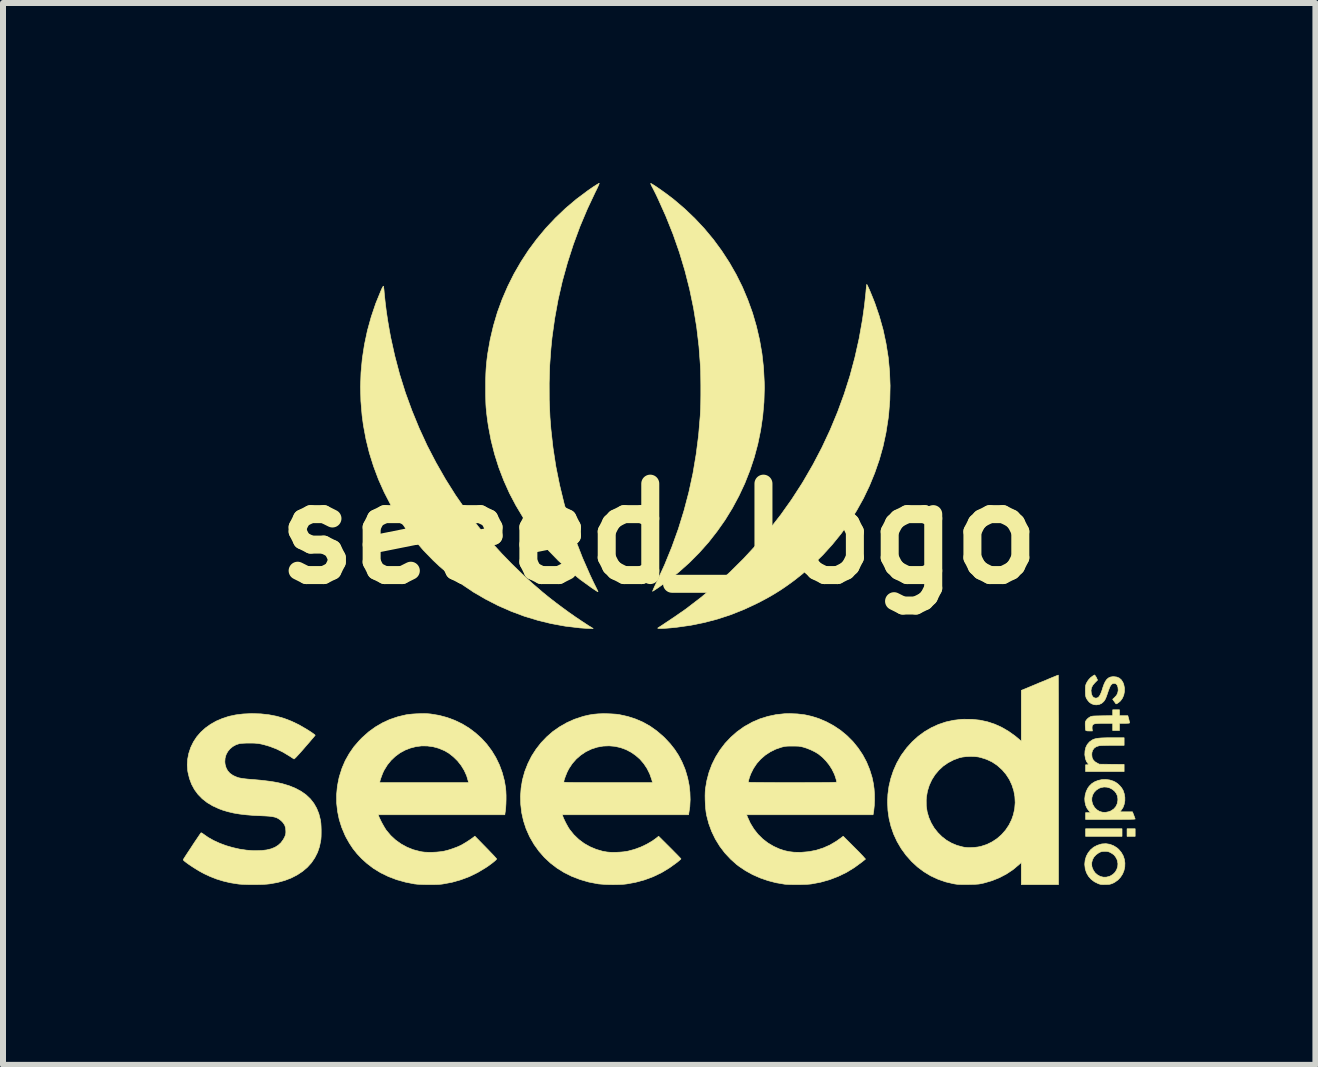
<source format=kicad_pcb>
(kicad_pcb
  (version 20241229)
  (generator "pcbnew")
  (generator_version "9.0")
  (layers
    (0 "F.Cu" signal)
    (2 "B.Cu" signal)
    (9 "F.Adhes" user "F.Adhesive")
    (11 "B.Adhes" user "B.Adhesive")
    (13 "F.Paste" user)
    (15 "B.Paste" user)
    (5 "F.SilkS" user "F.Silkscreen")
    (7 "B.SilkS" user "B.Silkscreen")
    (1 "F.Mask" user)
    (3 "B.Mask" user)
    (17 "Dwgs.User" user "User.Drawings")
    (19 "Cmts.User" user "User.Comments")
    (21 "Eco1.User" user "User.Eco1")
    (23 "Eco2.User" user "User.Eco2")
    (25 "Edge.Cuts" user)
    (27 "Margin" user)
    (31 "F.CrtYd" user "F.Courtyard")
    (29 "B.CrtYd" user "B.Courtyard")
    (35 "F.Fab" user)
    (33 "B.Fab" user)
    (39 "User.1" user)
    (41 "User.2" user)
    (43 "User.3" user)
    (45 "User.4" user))
  (footprint "seeed_logo"
    (layer "F.Cu")
    (at 7.935 5.847)
    (property "Reference" "seeed_logo" (at 0 0 0) (layer "F.SilkS") (effects (font (size 1.524 1.524) (thickness 0.3))))
    (attr through_hole)
    (fp_poly (pts (xy 7.719 5.045) (xy 7.112 5.045) (xy 7.112 4.918) (xy 7.719 4.918) (xy 7.719 5.045)) (stroke (width 0.01) (type solid)) (fill yes) (layer "F.SilkS"))
    (fp_poly (pts (xy 7.938 5.045) (xy 7.803 5.045) (xy 7.803 4.918) (xy 7.938 4.918) (xy 7.938 5.045)) (stroke (width 0.01) (type solid)) (fill yes) (layer "F.SilkS"))
    (fp_poly (pts (xy 7.754 3.528) (xy 7.565 3.528) (xy 7.512 3.528) (xy 7.462 3.529) (xy 7.417 3.53) (xy 7.38 3.531) (xy 7.352 3.533) (xy 7.337 3.535) (xy 7.291 3.549) (xy 7.256 3.573) (xy 7.231 3.607) (xy 7.217 3.648) (xy 7.215 3.684) (xy 7.22 3.731) (xy 7.237 3.768) (xy 7.265 3.799) (xy 7.299 3.82) (xy 7.34 3.842) (xy 7.547 3.844) (xy 7.754 3.846) (xy 7.754 3.965) (xy 7.112 3.965) (xy 7.112 3.852) (xy 7.171 3.852) (xy 7.153 3.833) (xy 7.126 3.796) (xy 7.109 3.748) (xy 7.1 3.692) (xy 7.099 3.686) (xy 7.102 3.621) (xy 7.115 3.564) (xy 7.14 3.513) (xy 7.176 3.471) (xy 7.221 3.439) (xy 7.241 3.429) (xy 7.264 3.421) (xy 7.292 3.414) (xy 7.327 3.409) (xy 7.37 3.405) (xy 7.422 3.403) (xy 7.486 3.401) (xy 7.562 3.401) (xy 7.568 3.401) (xy 7.754 3.401) (xy 7.754 3.528)) (stroke (width 0.01) (type solid)) (fill yes) (layer "F.SilkS"))
    (fp_poly (pts (xy 7.676 3.034) (xy 7.816 3.034) (xy 7.831 3.089) (xy 7.838 3.116) (xy 7.843 3.138) (xy 7.846 3.151) (xy 7.846 3.153) (xy 7.841 3.156) (xy 7.825 3.159) (xy 7.798 3.16) (xy 7.761 3.161) (xy 7.676 3.161) (xy 7.676 3.281) (xy 7.564 3.281) (xy 7.564 3.161) (xy 7.422 3.161) (xy 7.366 3.161) (xy 7.321 3.163) (xy 7.288 3.165) (xy 7.263 3.169) (xy 7.246 3.175) (xy 7.235 3.184) (xy 7.227 3.195) (xy 7.224 3.201) (xy 7.22 3.221) (xy 7.22 3.246) (xy 7.221 3.254) (xy 7.225 3.288) (xy 7.173 3.288) (xy 7.141 3.287) (xy 7.121 3.283) (xy 7.115 3.279) (xy 7.111 3.268) (xy 7.109 3.246) (xy 7.107 3.218) (xy 7.106 3.189) (xy 7.106 3.162) (xy 7.107 3.142) (xy 7.108 3.137) (xy 7.119 3.114) (xy 7.139 3.089) (xy 7.165 3.067) (xy 7.19 3.052) (xy 7.201 3.047) (xy 7.213 3.044) (xy 7.228 3.041) (xy 7.247 3.039) (xy 7.274 3.038) (xy 7.31 3.037) (xy 7.356 3.036) (xy 7.392 3.035) (xy 7.564 3.033) (xy 7.564 2.935) (xy 7.676 2.935) (xy 7.676 3.034)) (stroke (width 0.01) (type solid)) (fill yes) (layer "F.SilkS"))
    (fp_poly (pts (xy 7.513 4.105) (xy 7.574 4.124) (xy 7.61 4.142) (xy 7.646 4.167) (xy 7.682 4.201) (xy 7.713 4.238) (xy 7.735 4.275) (xy 7.737 4.278) (xy 7.756 4.335) (xy 7.766 4.394) (xy 7.766 4.454) (xy 7.755 4.511) (xy 7.736 4.563) (xy 7.708 4.606) (xy 7.682 4.636) (xy 7.893 4.636) (xy 7.915 4.692) (xy 7.925 4.719) (xy 7.933 4.74) (xy 7.937 4.754) (xy 7.938 4.756) (xy 7.931 4.757) (xy 7.91 4.759) (xy 7.877 4.76) (xy 7.833 4.761) (xy 7.777 4.761) (xy 7.71 4.762) (xy 7.634 4.762) (xy 7.55 4.762) (xy 7.525 4.763) (xy 7.112 4.763) (xy 7.112 4.65) (xy 7.197 4.65) (xy 7.171 4.624) (xy 7.138 4.581) (xy 7.115 4.531) (xy 7.102 4.475) (xy 7.1 4.452) (xy 7.215 4.452) (xy 7.227 4.502) (xy 7.233 4.516) (xy 7.262 4.565) (xy 7.3 4.602) (xy 7.344 4.629) (xy 7.393 4.643) (xy 7.445 4.645) (xy 7.499 4.634) (xy 7.535 4.62) (xy 7.581 4.589) (xy 7.615 4.551) (xy 7.638 4.504) (xy 7.649 4.451) (xy 7.65 4.422) (xy 7.643 4.373) (xy 7.624 4.329) (xy 7.595 4.291) (xy 7.558 4.261) (xy 7.515 4.238) (xy 7.468 4.225) (xy 7.419 4.222) (xy 7.37 4.231) (xy 7.336 4.244) (xy 7.29 4.274) (xy 7.254 4.311) (xy 7.229 4.355) (xy 7.216 4.402) (xy 7.215 4.452) (xy 7.1 4.452) (xy 7.098 4.416) (xy 7.105 4.356) (xy 7.122 4.297) (xy 7.148 4.243) (xy 7.173 4.208) (xy 7.215 4.166) (xy 7.266 4.134) (xy 7.323 4.112) (xy 7.385 4.099) (xy 7.449 4.097) (xy 7.513 4.105)) (stroke (width 0.01) (type solid)) (fill yes) (layer "F.SilkS"))
    (fp_poly (pts (xy 7.515 5.177) (xy 7.576 5.2) (xy 7.633 5.235) (xy 7.663 5.261) (xy 7.706 5.312) (xy 7.738 5.368) (xy 7.758 5.427) (xy 7.767 5.489) (xy 7.765 5.552) (xy 7.752 5.613) (xy 7.729 5.671) (xy 7.695 5.724) (xy 7.652 5.771) (xy 7.599 5.809) (xy 7.573 5.823) (xy 7.55 5.833) (xy 7.532 5.839) (xy 7.512 5.844) (xy 7.488 5.846) (xy 7.454 5.847) (xy 7.444 5.847) (xy 7.405 5.848) (xy 7.378 5.847) (xy 7.356 5.844) (xy 7.336 5.838) (xy 7.324 5.834) (xy 7.259 5.802) (xy 7.204 5.76) (xy 7.16 5.71) (xy 7.127 5.652) (xy 7.106 5.588) (xy 7.098 5.518) (xy 7.098 5.507) (xy 7.1 5.483) (xy 7.214 5.483) (xy 7.214 5.533) (xy 7.22 5.561) (xy 7.242 5.613) (xy 7.273 5.656) (xy 7.312 5.689) (xy 7.357 5.713) (xy 7.406 5.725) (xy 7.457 5.725) (xy 7.509 5.712) (xy 7.523 5.706) (xy 7.569 5.678) (xy 7.605 5.642) (xy 7.631 5.598) (xy 7.647 5.551) (xy 7.651 5.501) (xy 7.642 5.451) (xy 7.633 5.425) (xy 7.611 5.386) (xy 7.587 5.356) (xy 7.555 5.332) (xy 7.534 5.32) (xy 7.509 5.307) (xy 7.489 5.3) (xy 7.467 5.296) (xy 7.437 5.295) (xy 7.433 5.295) (xy 7.403 5.296) (xy 7.381 5.299) (xy 7.361 5.305) (xy 7.338 5.316) (xy 7.332 5.319) (xy 7.287 5.351) (xy 7.251 5.39) (xy 7.227 5.434) (xy 7.214 5.483) (xy 7.1 5.483) (xy 7.105 5.439) (xy 7.124 5.376) (xy 7.155 5.319) (xy 7.196 5.268) (xy 7.246 5.226) (xy 7.305 5.195) (xy 7.37 5.174) (xy 7.386 5.171) (xy 7.451 5.167) (xy 7.515 5.177)) (stroke (width 0.01) (type solid)) (fill yes) (layer "F.SilkS"))
    (fp_poly (pts (xy -4.593 -4.126) (xy -4.591 -4.116) (xy -4.588 -4.095) (xy -4.584 -4.065) (xy -4.581 -4.029) (xy -4.58 -4.015) (xy -4.565 -3.869) (xy -4.546 -3.713) (xy -4.522 -3.552) (xy -4.494 -3.389) (xy -4.473 -3.274) (xy -4.404 -2.963) (xy -4.323 -2.656) (xy -4.228 -2.353) (xy -4.119 -2.054) (xy -3.998 -1.759) (xy -3.865 -1.47) (xy -3.718 -1.187) (xy -3.56 -0.91) (xy -3.39 -0.64) (xy -3.208 -0.378) (xy -3.015 -0.123) (xy -2.921 -0.007) (xy -2.775 0.163) (xy -2.619 0.334) (xy -2.455 0.503) (xy -2.286 0.667) (xy -2.116 0.824) (xy -1.946 0.97) (xy -1.933 0.981) (xy -1.832 1.063) (xy -1.724 1.147) (xy -1.612 1.231) (xy -1.498 1.314) (xy -1.385 1.393) (xy -1.276 1.466) (xy -1.174 1.533) (xy -1.139 1.554) (xy -1.097 1.58) (xy -1.161 1.579) (xy -1.192 1.578) (xy -1.233 1.576) (xy -1.278 1.573) (xy -1.322 1.57) (xy -1.326 1.569) (xy -1.562 1.541) (xy -1.794 1.499) (xy -2.022 1.443) (xy -2.246 1.375) (xy -2.465 1.293) (xy -2.68 1.199) (xy -2.888 1.092) (xy -3.091 0.974) (xy -3.286 0.843) (xy -3.475 0.7) (xy -3.655 0.546) (xy -3.763 0.445) (xy -3.928 0.275) (xy -4.081 0.096) (xy -4.224 -0.09) (xy -4.355 -0.284) (xy -4.474 -0.486) (xy -4.581 -0.693) (xy -4.676 -0.906) (xy -4.758 -1.125) (xy -4.828 -1.348) (xy -4.884 -1.576) (xy -4.927 -1.807) (xy -4.949 -1.972) (xy -4.969 -2.211) (xy -4.975 -2.449) (xy -4.967 -2.686) (xy -4.945 -2.922) (xy -4.909 -3.155) (xy -4.86 -3.386) (xy -4.797 -3.614) (xy -4.721 -3.839) (xy -4.637 -4.045) (xy -4.622 -4.08) (xy -4.609 -4.106) (xy -4.599 -4.122) (xy -4.594 -4.127) (xy -4.593 -4.126)) (stroke (width 0.01) (type solid)) (fill yes) (layer "F.SilkS"))
    (fp_poly (pts (xy -0.131 -5.837) (xy -0.114 -5.828) (xy -0.088 -5.812) (xy -0.055 -5.791) (xy -0.017 -5.765) (xy 0.025 -5.736) (xy 0.07 -5.704) (xy 0.116 -5.671) (xy 0.161 -5.637) (xy 0.205 -5.604) (xy 0.245 -5.573) (xy 0.426 -5.419) (xy 0.597 -5.256) (xy 0.758 -5.084) (xy 0.907 -4.905) (xy 1.045 -4.717) (xy 1.172 -4.522) (xy 1.287 -4.321) (xy 1.39 -4.114) (xy 1.48 -3.9) (xy 1.559 -3.682) (xy 1.624 -3.459) (xy 1.677 -3.231) (xy 1.717 -3) (xy 1.743 -2.766) (xy 1.755 -2.529) (xy 1.757 -2.431) (xy 1.75 -2.193) (xy 1.729 -1.957) (xy 1.695 -1.725) (xy 1.648 -1.497) (xy 1.588 -1.272) (xy 1.515 -1.053) (xy 1.43 -0.838) (xy 1.332 -0.629) (xy 1.223 -0.426) (xy 1.102 -0.229) (xy 0.969 -0.04) (xy 0.826 0.143) (xy 0.671 0.317) (xy 0.506 0.483) (xy 0.33 0.64) (xy 0.144 0.787) (xy -0.009 0.897) (xy -0.041 0.918) (xy -0.068 0.936) (xy -0.09 0.95) (xy -0.103 0.958) (xy -0.107 0.96) (xy -0.105 0.954) (xy -0.098 0.937) (xy -0.087 0.911) (xy -0.072 0.877) (xy -0.053 0.838) (xy -0.043 0.817) (xy 0.093 0.52) (xy 0.215 0.221) (xy 0.324 -0.082) (xy 0.418 -0.387) (xy 0.499 -0.695) (xy 0.567 -1.008) (xy 0.62 -1.324) (xy 0.661 -1.644) (xy 0.688 -1.968) (xy 0.691 -2.028) (xy 0.694 -2.084) (xy 0.696 -2.151) (xy 0.697 -2.227) (xy 0.698 -2.309) (xy 0.698 -2.393) (xy 0.698 -2.479) (xy 0.697 -2.562) (xy 0.696 -2.64) (xy 0.695 -2.711) (xy 0.692 -2.771) (xy 0.691 -2.794) (xy 0.667 -3.12) (xy 0.629 -3.442) (xy 0.577 -3.76) (xy 0.512 -4.073) (xy 0.433 -4.384) (xy 0.341 -4.69) (xy 0.235 -4.993) (xy 0.115 -5.293) (xy -0.011 -5.574) (xy -0.032 -5.619) (xy -0.054 -5.665) (xy -0.075 -5.707) (xy -0.094 -5.744) (xy -0.107 -5.77) (xy -0.122 -5.797) (xy -0.132 -5.82) (xy -0.138 -5.835) (xy -0.139 -5.839) (xy -0.131 -5.837)) (stroke (width 0.01) (type solid)) (fill yes) (layer "F.SilkS"))
    (fp_poly (pts (xy 7.275 2.371) (xy 7.287 2.389) (xy 7.298 2.411) (xy 7.299 2.414) (xy 7.311 2.44) (xy 7.266 2.485) (xy 7.231 2.526) (xy 7.21 2.568) (xy 7.202 2.612) (xy 7.207 2.66) (xy 7.211 2.676) (xy 7.226 2.71) (xy 7.246 2.731) (xy 7.274 2.74) (xy 7.28 2.741) (xy 7.302 2.738) (xy 7.32 2.73) (xy 7.337 2.714) (xy 7.353 2.689) (xy 7.369 2.654) (xy 7.386 2.608) (xy 7.398 2.568) (xy 7.419 2.509) (xy 7.441 2.463) (xy 7.466 2.428) (xy 7.494 2.404) (xy 7.527 2.389) (xy 7.566 2.383) (xy 7.582 2.383) (xy 7.632 2.389) (xy 7.674 2.407) (xy 7.708 2.437) (xy 7.734 2.478) (xy 7.748 2.514) (xy 7.76 2.573) (xy 7.759 2.633) (xy 7.748 2.69) (xy 7.725 2.743) (xy 7.695 2.785) (xy 7.678 2.801) (xy 7.659 2.816) (xy 7.64 2.829) (xy 7.625 2.836) (xy 7.618 2.836) (xy 7.613 2.829) (xy 7.602 2.814) (xy 7.589 2.796) (xy 7.563 2.76) (xy 7.596 2.729) (xy 7.628 2.694) (xy 7.646 2.658) (xy 7.655 2.616) (xy 7.655 2.6) (xy 7.651 2.559) (xy 7.64 2.527) (xy 7.622 2.505) (xy 7.598 2.495) (xy 7.57 2.497) (xy 7.567 2.498) (xy 7.551 2.506) (xy 7.537 2.52) (xy 7.523 2.541) (xy 7.509 2.572) (xy 7.493 2.614) (xy 7.482 2.646) (xy 7.466 2.693) (xy 7.453 2.728) (xy 7.441 2.756) (xy 7.428 2.778) (xy 7.414 2.797) (xy 7.411 2.8) (xy 7.379 2.828) (xy 7.339 2.846) (xy 7.294 2.853) (xy 7.255 2.85) (xy 7.209 2.834) (xy 7.171 2.806) (xy 7.139 2.766) (xy 7.123 2.738) (xy 7.117 2.722) (xy 7.113 2.705) (xy 7.11 2.683) (xy 7.109 2.654) (xy 7.108 2.618) (xy 7.109 2.58) (xy 7.11 2.552) (xy 7.112 2.532) (xy 7.117 2.515) (xy 7.123 2.498) (xy 7.127 2.49) (xy 7.156 2.442) (xy 7.193 2.401) (xy 7.23 2.373) (xy 7.262 2.354) (xy 7.275 2.371)) (stroke (width 0.01) (type solid)) (fill yes) (layer "F.SilkS"))
    (fp_poly (pts (xy -0.997 -5.836) (xy -1.003 -5.819) (xy -1.014 -5.794) (xy -1.029 -5.761) (xy -1.048 -5.722) (xy -1.058 -5.703) (xy -1.194 -5.414) (xy -1.318 -5.12) (xy -1.428 -4.821) (xy -1.526 -4.517) (xy -1.611 -4.21) (xy -1.682 -3.899) (xy -1.739 -3.585) (xy -1.783 -3.269) (xy -1.802 -3.076) (xy -1.822 -2.797) (xy -1.83 -2.512) (xy -1.829 -2.226) (xy -1.817 -1.942) (xy -1.802 -1.75) (xy -1.767 -1.435) (xy -1.719 -1.121) (xy -1.656 -0.809) (xy -1.581 -0.5) (xy -1.492 -0.195) (xy -1.39 0.106) (xy -1.275 0.402) (xy -1.148 0.691) (xy -1.086 0.822) (xy -1.066 0.862) (xy -1.048 0.898) (xy -1.034 0.927) (xy -1.023 0.949) (xy -1.018 0.96) (xy -1.017 0.961) (xy -1.017 0.966) (xy -1.022 0.965) (xy -1.034 0.959) (xy -1.054 0.946) (xy -1.083 0.927) (xy -1.122 0.901) (xy -1.316 0.761) (xy -1.5 0.61) (xy -1.675 0.451) (xy -1.838 0.283) (xy -1.992 0.106) (xy -2.134 -0.079) (xy -2.265 -0.271) (xy -2.384 -0.47) (xy -2.492 -0.675) (xy -2.587 -0.887) (xy -2.67 -1.104) (xy -2.74 -1.326) (xy -2.798 -1.554) (xy -2.842 -1.785) (xy -2.857 -1.884) (xy -2.865 -1.947) (xy -2.872 -2.004) (xy -2.877 -2.055) (xy -2.882 -2.105) (xy -2.885 -2.155) (xy -2.887 -2.208) (xy -2.888 -2.267) (xy -2.889 -2.334) (xy -2.889 -2.412) (xy -2.889 -2.438) (xy -2.889 -2.525) (xy -2.888 -2.6) (xy -2.886 -2.667) (xy -2.883 -2.727) (xy -2.879 -2.784) (xy -2.874 -2.84) (xy -2.868 -2.898) (xy -2.86 -2.96) (xy -2.854 -3.006) (xy -2.813 -3.238) (xy -2.759 -3.467) (xy -2.693 -3.691) (xy -2.613 -3.91) (xy -2.521 -4.123) (xy -2.417 -4.331) (xy -2.301 -4.532) (xy -2.174 -4.727) (xy -2.035 -4.914) (xy -1.886 -5.093) (xy -1.726 -5.263) (xy -1.556 -5.425) (xy -1.376 -5.577) (xy -1.186 -5.719) (xy -1.095 -5.782) (xy -1.063 -5.802) (xy -1.035 -5.82) (xy -1.013 -5.833) (xy -0.999 -5.841) (xy -0.996 -5.842) (xy -0.997 -5.836)) (stroke (width 0.01) (type solid)) (fill yes) (layer "F.SilkS"))
    (fp_poly (pts (xy 3.469 -4.149) (xy 3.478 -4.132) (xy 3.49 -4.105) (xy 3.506 -4.071) (xy 3.523 -4.031) (xy 3.541 -3.987) (xy 3.56 -3.941) (xy 3.578 -3.896) (xy 3.595 -3.852) (xy 3.596 -3.851) (xy 3.672 -3.628) (xy 3.736 -3.401) (xy 3.785 -3.171) (xy 3.822 -2.938) (xy 3.844 -2.703) (xy 3.853 -2.466) (xy 3.848 -2.228) (xy 3.829 -1.989) (xy 3.82 -1.915) (xy 3.784 -1.683) (xy 3.735 -1.455) (xy 3.672 -1.231) (xy 3.596 -1.012) (xy 3.508 -0.797) (xy 3.408 -0.588) (xy 3.295 -0.385) (xy 3.171 -0.189) (xy 3.036 -0.000222) (xy 2.889 0.181) (xy 2.732 0.354) (xy 2.565 0.518) (xy 2.387 0.673) (xy 2.249 0.782) (xy 2.139 0.862) (xy 2.032 0.935) (xy 1.925 1.002) (xy 1.813 1.067) (xy 1.693 1.131) (xy 1.63 1.163) (xy 1.416 1.263) (xy 1.2 1.349) (xy 0.981 1.421) (xy 0.758 1.48) (xy 0.532 1.526) (xy 0.299 1.559) (xy 0.191 1.57) (xy 0.129 1.575) (xy 0.077 1.578) (xy 0.035 1.58) (xy 0.004 1.58) (xy -0.015 1.578) (xy -0.021 1.574) (xy -0.018 1.571) (xy 0.013 1.551) (xy 0.053 1.525) (xy 0.099 1.494) (xy 0.15 1.46) (xy 0.204 1.424) (xy 0.258 1.388) (xy 0.31 1.352) (xy 0.357 1.319) (xy 0.399 1.291) (xy 0.432 1.267) (xy 0.448 1.256) (xy 0.701 1.062) (xy 0.946 0.857) (xy 1.182 0.642) (xy 1.409 0.417) (xy 1.626 0.182) (xy 1.832 -0.061) (xy 2.028 -0.312) (xy 2.212 -0.571) (xy 2.384 -0.837) (xy 2.407 -0.875) (xy 2.569 -1.155) (xy 2.718 -1.44) (xy 2.854 -1.731) (xy 2.977 -2.027) (xy 3.087 -2.327) (xy 3.184 -2.632) (xy 3.267 -2.942) (xy 3.337 -3.255) (xy 3.393 -3.571) (xy 3.422 -3.778) (xy 3.429 -3.833) (xy 3.435 -3.89) (xy 3.441 -3.947) (xy 3.447 -3.999) (xy 3.451 -4.042) (xy 3.451 -4.048) (xy 3.455 -4.085) (xy 3.458 -4.117) (xy 3.461 -4.14) (xy 3.463 -4.154) (xy 3.464 -4.156) (xy 3.469 -4.149)) (stroke (width 0.01) (type solid)) (fill yes) (layer "F.SilkS"))
    (fp_poly (pts (xy 6.657 2.364) (xy 6.657 2.384) (xy 6.657 2.417) (xy 6.658 2.463) (xy 6.658 2.52) (xy 6.658 2.589) (xy 6.659 2.668) (xy 6.659 2.757) (xy 6.659 2.855) (xy 6.659 2.962) (xy 6.66 3.077) (xy 6.66 3.2) (xy 6.66 3.329) (xy 6.66 3.465) (xy 6.66 3.606) (xy 6.66 3.753) (xy 6.66 3.904) (xy 6.66 4.059) (xy 6.66 4.103) (xy 6.66 5.849) (xy 6.04 5.849) (xy 6.04 5.481) (xy 5.999 5.518) (xy 5.9 5.601) (xy 5.791 5.673) (xy 5.675 5.734) (xy 5.551 5.784) (xy 5.42 5.822) (xy 5.408 5.825) (xy 5.379 5.831) (xy 5.355 5.836) (xy 5.331 5.84) (xy 5.305 5.842) (xy 5.274 5.844) (xy 5.236 5.845) (xy 5.188 5.846) (xy 5.154 5.847) (xy 5.096 5.847) (xy 5.05 5.847) (xy 5.013 5.846) (xy 4.982 5.845) (xy 4.955 5.842) (xy 4.929 5.838) (xy 4.911 5.835) (xy 4.779 5.804) (xy 4.652 5.76) (xy 4.531 5.704) (xy 4.417 5.635) (xy 4.31 5.555) (xy 4.211 5.463) (xy 4.12 5.361) (xy 4.038 5.248) (xy 3.969 5.13) (xy 3.912 5.007) (xy 3.868 4.879) (xy 3.836 4.748) (xy 3.817 4.615) (xy 3.811 4.48) (xy 3.812 4.438) (xy 4.455 4.438) (xy 4.456 4.54) (xy 4.471 4.638) (xy 4.499 4.733) (xy 4.538 4.822) (xy 4.587 4.905) (xy 4.647 4.981) (xy 4.715 5.049) (xy 4.792 5.109) (xy 4.877 5.158) (xy 4.968 5.196) (xy 5.066 5.222) (xy 5.098 5.228) (xy 5.145 5.232) (xy 5.201 5.232) (xy 5.26 5.229) (xy 5.318 5.222) (xy 5.37 5.212) (xy 5.371 5.211) (xy 5.466 5.18) (xy 5.555 5.136) (xy 5.638 5.081) (xy 5.712 5.016) (xy 5.778 4.941) (xy 5.834 4.858) (xy 5.879 4.767) (xy 5.908 4.684) (xy 5.93 4.584) (xy 5.938 4.483) (xy 5.933 4.383) (xy 5.915 4.285) (xy 5.884 4.189) (xy 5.842 4.098) (xy 5.787 4.013) (xy 5.721 3.935) (xy 5.715 3.93) (xy 5.638 3.861) (xy 5.554 3.805) (xy 5.463 3.762) (xy 5.366 3.731) (xy 5.323 3.721) (xy 5.262 3.714) (xy 5.194 3.712) (xy 5.125 3.715) (xy 5.059 3.723) (xy 5.006 3.735) (xy 4.909 3.771) (xy 4.819 3.818) (xy 4.737 3.875) (xy 4.664 3.943) (xy 4.601 4.018) (xy 4.548 4.102) (xy 4.506 4.193) (xy 4.476 4.289) (xy 4.458 4.391) (xy 4.455 4.438) (xy 3.812 4.438) (xy 3.816 4.345) (xy 3.834 4.212) (xy 3.865 4.08) (xy 3.908 3.951) (xy 3.963 3.826) (xy 4.031 3.706) (xy 4.049 3.679) (xy 4.131 3.568) (xy 4.222 3.468) (xy 4.321 3.378) (xy 4.427 3.3) (xy 4.54 3.234) (xy 4.658 3.18) (xy 4.783 3.138) (xy 4.911 3.11) (xy 5.044 3.094) (xy 5.084 3.093) (xy 5.219 3.094) (xy 5.35 3.108) (xy 5.475 3.135) (xy 5.597 3.175) (xy 5.714 3.228) (xy 5.829 3.295) (xy 5.941 3.375) (xy 6.006 3.43) (xy 6.04 3.459) (xy 6.04 2.612) (xy 6.073 2.598) (xy 6.12 2.579) (xy 6.172 2.557) (xy 6.227 2.534) (xy 6.285 2.51) (xy 6.343 2.485) (xy 6.401 2.462) (xy 6.456 2.439) (xy 6.507 2.417) (xy 6.553 2.398) (xy 6.593 2.382) (xy 6.624 2.369) (xy 6.645 2.361) (xy 6.656 2.357) (xy 6.656 2.357) (xy 6.657 2.364)) (stroke (width 0.01) (type solid)) (fill yes) (layer "F.SilkS"))
    (fp_poly (pts (xy -3.853 3.001) (xy -3.806 3.005) (xy -3.666 3.028) (xy -3.531 3.064) (xy -3.402 3.112) (xy -3.28 3.171) (xy -3.165 3.241) (xy -3.058 3.322) (xy -2.959 3.411) (xy -2.869 3.51) (xy -2.789 3.617) (xy -2.719 3.732) (xy -2.66 3.854) (xy -2.613 3.982) (xy -2.577 4.117) (xy -2.557 4.235) (xy -2.552 4.293) (xy -2.549 4.36) (xy -2.549 4.432) (xy -2.551 4.503) (xy -2.555 4.569) (xy -2.561 4.626) (xy -2.562 4.627) (xy -2.57 4.685) (xy -4.679 4.685) (xy -4.674 4.701) (xy -4.666 4.724) (xy -4.651 4.755) (xy -4.633 4.793) (xy -4.612 4.833) (xy -4.59 4.872) (xy -4.569 4.907) (xy -4.551 4.936) (xy -4.546 4.943) (xy -4.473 5.03) (xy -4.391 5.106) (xy -4.3 5.171) (xy -4.202 5.225) (xy -4.098 5.267) (xy -3.988 5.296) (xy -3.953 5.303) (xy -3.903 5.309) (xy -3.843 5.311) (xy -3.778 5.311) (xy -3.713 5.308) (xy -3.65 5.302) (xy -3.595 5.294) (xy -3.583 5.292) (xy -3.515 5.275) (xy -3.441 5.251) (xy -3.368 5.224) (xy -3.311 5.199) (xy -3.28 5.183) (xy -3.242 5.16) (xy -3.199 5.134) (xy -3.157 5.106) (xy -3.118 5.08) (xy -3.088 5.057) (xy -3.069 5.042) (xy -2.887 5.228) (xy -2.846 5.27) (xy -2.808 5.31) (xy -2.774 5.345) (xy -2.746 5.375) (xy -2.725 5.399) (xy -2.711 5.414) (xy -2.706 5.421) (xy -2.706 5.421) (xy -2.711 5.43) (xy -2.727 5.446) (xy -2.75 5.466) (xy -2.78 5.49) (xy -2.815 5.516) (xy -2.852 5.543) (xy -2.888 5.567) (xy -3.021 5.647) (xy -3.16 5.715) (xy -3.304 5.769) (xy -3.452 5.811) (xy -3.603 5.839) (xy -3.626 5.842) (xy -3.66 5.845) (xy -3.704 5.847) (xy -3.756 5.848) (xy -3.812 5.848) (xy -3.87 5.848) (xy -3.928 5.847) (xy -3.981 5.845) (xy -4.027 5.843) (xy -4.063 5.839) (xy -4.075 5.838) (xy -4.227 5.808) (xy -4.373 5.767) (xy -4.51 5.715) (xy -4.639 5.652) (xy -4.759 5.579) (xy -4.87 5.494) (xy -4.957 5.415) (xy -5.034 5.333) (xy -5.101 5.249) (xy -5.16 5.16) (xy -5.215 5.063) (xy -5.233 5.027) (xy -5.288 4.897) (xy -5.33 4.764) (xy -5.358 4.628) (xy -5.373 4.49) (xy -5.374 4.351) (xy -5.361 4.211) (xy -5.349 4.149) (xy -4.657 4.149) (xy -3.174 4.149) (xy -3.179 4.126) (xy -3.206 4.034) (xy -3.246 3.946) (xy -3.297 3.863) (xy -3.358 3.786) (xy -3.429 3.717) (xy -3.506 3.657) (xy -3.577 3.616) (xy -3.67 3.577) (xy -3.765 3.551) (xy -3.861 3.538) (xy -3.957 3.537) (xy -4.051 3.549) (xy -4.144 3.573) (xy -4.232 3.607) (xy -4.316 3.653) (xy -4.394 3.71) (xy -4.465 3.777) (xy -4.527 3.853) (xy -4.58 3.939) (xy -4.589 3.956) (xy -4.606 3.993) (xy -4.623 4.038) (xy -4.639 4.082) (xy -4.651 4.122) (xy -4.652 4.129) (xy -4.657 4.149) (xy -5.349 4.149) (xy -5.334 4.073) (xy -5.326 4.043) (xy -5.284 3.91) (xy -5.23 3.784) (xy -5.163 3.665) (xy -5.085 3.552) (xy -4.993 3.446) (xy -4.945 3.397) (xy -4.838 3.302) (xy -4.726 3.221) (xy -4.607 3.152) (xy -4.483 3.095) (xy -4.351 3.051) (xy -4.216 3.019) (xy -4.167 3.012) (xy -4.108 3.006) (xy -4.044 3.002) (xy -3.977 3) (xy -3.912 2.999) (xy -3.853 3.001)) (stroke (width 0.01) (type solid)) (fill yes) (layer "F.SilkS"))
    (fp_poly (pts (xy -0.857 3.001) (xy -0.805 3.003) (xy -0.755 3.006) (xy -0.71 3.009) (xy -0.673 3.014) (xy -0.66 3.016) (xy -0.519 3.047) (xy -0.387 3.09) (xy -0.263 3.144) (xy -0.146 3.21) (xy -0.035 3.289) (xy 0.071 3.38) (xy 0.096 3.404) (xy 0.185 3.499) (xy 0.261 3.595) (xy 0.327 3.696) (xy 0.383 3.803) (xy 0.432 3.919) (xy 0.445 3.958) (xy 0.478 4.071) (xy 0.502 4.189) (xy 0.516 4.311) (xy 0.52 4.432) (xy 0.514 4.55) (xy 0.497 4.662) (xy 0.497 4.665) (xy 0.493 4.685) (xy -1.61 4.685) (xy -1.605 4.704) (xy -1.598 4.725) (xy -1.585 4.755) (xy -1.568 4.791) (xy -1.549 4.829) (xy -1.528 4.867) (xy -1.509 4.901) (xy -1.491 4.928) (xy -1.49 4.93) (xy -1.419 5.018) (xy -1.339 5.095) (xy -1.25 5.162) (xy -1.153 5.217) (xy -1.05 5.261) (xy -0.941 5.293) (xy -0.867 5.306) (xy -0.823 5.31) (xy -0.769 5.312) (xy -0.71 5.311) (xy -0.649 5.308) (xy -0.59 5.303) (xy -0.539 5.295) (xy -0.519 5.292) (xy -0.411 5.263) (xy -0.304 5.224) (xy -0.203 5.176) (xy -0.109 5.121) (xy -0.036 5.068) (xy -0.006 5.043) (xy 0.181 5.229) (xy 0.223 5.271) (xy 0.261 5.31) (xy 0.296 5.345) (xy 0.325 5.375) (xy 0.347 5.398) (xy 0.361 5.413) (xy 0.367 5.42) (xy 0.367 5.42) (xy 0.362 5.426) (xy 0.348 5.439) (xy 0.327 5.457) (xy 0.302 5.478) (xy 0.176 5.569) (xy 0.044 5.649) (xy -0.095 5.716) (xy -0.24 5.77) (xy -0.39 5.811) (xy -0.538 5.838) (xy -0.582 5.843) (xy -0.636 5.846) (xy -0.698 5.848) (xy -0.765 5.849) (xy -0.832 5.848) (xy -0.896 5.846) (xy -0.955 5.842) (xy -1.004 5.838) (xy -1.023 5.835) (xy -1.173 5.806) (xy -1.316 5.764) (xy -1.452 5.712) (xy -1.579 5.649) (xy -1.698 5.575) (xy -1.809 5.49) (xy -1.91 5.396) (xy -2.001 5.292) (xy -2.082 5.179) (xy -2.153 5.056) (xy -2.159 5.044) (xy -2.215 4.918) (xy -2.258 4.786) (xy -2.288 4.652) (xy -2.304 4.515) (xy -2.308 4.377) (xy -2.298 4.239) (xy -2.281 4.138) (xy -1.587 4.138) (xy -1.586 4.14) (xy -1.581 4.142) (xy -1.573 4.143) (xy -1.559 4.144) (xy -1.54 4.145) (xy -1.514 4.146) (xy -1.481 4.147) (xy -1.441 4.147) (xy -1.391 4.148) (xy -1.333 4.148) (xy -1.264 4.148) (xy -1.184 4.148) (xy -1.093 4.149) (xy -0.989 4.149) (xy -0.872 4.149) (xy -0.847 4.149) (xy -0.107 4.149) (xy -0.12 4.1) (xy -0.154 4.003) (xy -0.199 3.913) (xy -0.254 3.831) (xy -0.317 3.758) (xy -0.389 3.695) (xy -0.468 3.641) (xy -0.553 3.597) (xy -0.642 3.565) (xy -0.736 3.544) (xy -0.832 3.536) (xy -0.931 3.54) (xy -1.03 3.558) (xy -1.032 3.559) (xy -1.128 3.59) (xy -1.219 3.634) (xy -1.303 3.69) (xy -1.378 3.755) (xy -1.445 3.831) (xy -1.5 3.914) (xy -1.516 3.944) (xy -1.532 3.976) (xy -1.547 4.013) (xy -1.562 4.05) (xy -1.574 4.085) (xy -1.583 4.114) (xy -1.587 4.135) (xy -1.587 4.138) (xy -2.281 4.138) (xy -2.275 4.102) (xy -2.238 3.968) (xy -2.236 3.962) (xy -2.185 3.832) (xy -2.123 3.708) (xy -2.049 3.593) (xy -1.965 3.485) (xy -1.871 3.387) (xy -1.768 3.297) (xy -1.656 3.219) (xy -1.537 3.151) (xy -1.411 3.094) (xy -1.278 3.05) (xy -1.243 3.04) (xy -1.164 3.022) (xy -1.09 3.01) (xy -1.014 3.003) (xy -0.932 3) (xy -0.857 3.001)) (stroke (width 0.01) (type solid)) (fill yes) (layer "F.SilkS"))
    (fp_poly (pts (xy 2.308 3.004) (xy 2.433 3.019) (xy 2.552 3.046) (xy 2.67 3.084) (xy 2.789 3.135) (xy 2.792 3.136) (xy 2.915 3.203) (xy 3.03 3.28) (xy 3.136 3.368) (xy 3.233 3.465) (xy 3.319 3.571) (xy 3.395 3.684) (xy 3.46 3.805) (xy 3.512 3.932) (xy 3.553 4.064) (xy 3.574 4.165) (xy 3.586 4.252) (xy 3.592 4.346) (xy 3.593 4.442) (xy 3.589 4.535) (xy 3.58 4.621) (xy 3.577 4.639) (xy 3.569 4.685) (xy 1.461 4.685) (xy 1.475 4.722) (xy 1.523 4.827) (xy 1.582 4.923) (xy 1.651 5.011) (xy 1.73 5.089) (xy 1.817 5.156) (xy 1.912 5.212) (xy 1.923 5.217) (xy 2.007 5.255) (xy 2.088 5.282) (xy 2.169 5.3) (xy 2.254 5.31) (xy 2.347 5.311) (xy 2.373 5.311) (xy 2.501 5.3) (xy 2.622 5.276) (xy 2.738 5.239) (xy 2.849 5.19) (xy 2.957 5.126) (xy 3.029 5.075) (xy 3.071 5.043) (xy 3.222 5.194) (xy 3.262 5.234) (xy 3.3 5.272) (xy 3.336 5.308) (xy 3.366 5.34) (xy 3.39 5.365) (xy 3.406 5.382) (xy 3.408 5.385) (xy 3.443 5.424) (xy 3.385 5.471) (xy 3.257 5.565) (xy 3.125 5.646) (xy 2.986 5.713) (xy 2.842 5.768) (xy 2.692 5.81) (xy 2.537 5.839) (xy 2.536 5.839) (xy 2.505 5.842) (xy 2.462 5.845) (xy 2.411 5.846) (xy 2.355 5.848) (xy 2.297 5.848) (xy 2.239 5.848) (xy 2.185 5.847) (xy 2.137 5.845) (xy 2.1 5.843) (xy 2.086 5.841) (xy 1.951 5.818) (xy 1.817 5.783) (xy 1.687 5.738) (xy 1.562 5.683) (xy 1.444 5.618) (xy 1.337 5.546) (xy 1.299 5.518) (xy 1.193 5.423) (xy 1.097 5.32) (xy 1.013 5.209) (xy 0.94 5.09) (xy 0.879 4.964) (xy 0.83 4.831) (xy 0.794 4.693) (xy 0.794 4.692) (xy 0.785 4.639) (xy 0.778 4.576) (xy 0.773 4.506) (xy 0.77 4.435) (xy 0.769 4.365) (xy 0.771 4.301) (xy 0.775 4.251) (xy 0.794 4.141) (xy 1.489 4.141) (xy 1.493 4.142) (xy 1.507 4.143) (xy 1.53 4.145) (xy 1.563 4.145) (xy 1.607 4.146) (xy 1.662 4.147) (xy 1.728 4.147) (xy 1.806 4.148) (xy 1.896 4.148) (xy 2 4.149) (xy 2.116 4.149) (xy 2.226 4.149) (xy 2.354 4.149) (xy 2.469 4.148) (xy 2.57 4.148) (xy 2.659 4.148) (xy 2.735 4.147) (xy 2.799 4.147) (xy 2.852 4.146) (xy 2.895 4.145) (xy 2.926 4.144) (xy 2.948 4.143) (xy 2.96 4.142) (xy 2.963 4.141) (xy 2.961 4.124) (xy 2.954 4.097) (xy 2.944 4.065) (xy 2.933 4.031) (xy 2.92 3.998) (xy 2.918 3.995) (xy 2.883 3.924) (xy 2.838 3.854) (xy 2.785 3.788) (xy 2.727 3.728) (xy 2.667 3.679) (xy 2.654 3.669) (xy 2.597 3.635) (xy 2.531 3.603) (xy 2.464 3.576) (xy 2.408 3.558) (xy 2.379 3.551) (xy 2.353 3.546) (xy 2.327 3.542) (xy 2.297 3.541) (xy 2.259 3.54) (xy 2.226 3.54) (xy 2.181 3.54) (xy 2.146 3.541) (xy 2.118 3.543) (xy 2.093 3.546) (xy 2.068 3.552) (xy 2.044 3.558) (xy 1.947 3.591) (xy 1.856 3.636) (xy 1.772 3.691) (xy 1.696 3.757) (xy 1.63 3.831) (xy 1.575 3.913) (xy 1.534 3.995) (xy 1.521 4.027) (xy 1.509 4.061) (xy 1.499 4.094) (xy 1.492 4.121) (xy 1.489 4.139) (xy 1.489 4.141) (xy 0.794 4.141) (xy 0.799 4.111) (xy 0.835 3.975) (xy 0.884 3.845) (xy 0.945 3.722) (xy 1.018 3.605) (xy 1.101 3.496) (xy 1.196 3.395) (xy 1.3 3.303) (xy 1.414 3.221) (xy 1.434 3.209) (xy 1.556 3.141) (xy 1.684 3.086) (xy 1.816 3.045) (xy 1.952 3.016) (xy 2.092 3.001) (xy 2.177 2.999) (xy 2.308 3.004)) (stroke (width 0.01) (type solid)) (fill yes) (layer "F.SilkS"))
    (fp_poly (pts (xy -6.636 3.003) (xy -6.502 3.018) (xy -6.373 3.043) (xy -6.248 3.079) (xy -6.124 3.127) (xy -6.001 3.186) (xy -5.875 3.259) (xy -5.815 3.297) (xy -5.785 3.317) (xy -5.76 3.335) (xy -5.741 3.349) (xy -5.732 3.358) (xy -5.731 3.36) (xy -5.736 3.366) (xy -5.749 3.382) (xy -5.769 3.406) (xy -5.796 3.437) (xy -5.827 3.474) (xy -5.863 3.515) (xy -5.902 3.56) (xy -5.904 3.563) (xy -5.953 3.619) (xy -5.995 3.666) (xy -6.029 3.703) (xy -6.055 3.731) (xy -6.074 3.748) (xy -6.083 3.755) (xy -6.084 3.755) (xy -6.093 3.749) (xy -6.111 3.738) (xy -6.135 3.722) (xy -6.16 3.706) (xy -6.266 3.642) (xy -6.378 3.587) (xy -6.491 3.544) (xy -6.604 3.512) (xy -6.634 3.505) (xy -6.672 3.498) (xy -6.707 3.494) (xy -6.746 3.491) (xy -6.79 3.49) (xy -6.83 3.49) (xy -6.873 3.49) (xy -6.914 3.492) (xy -6.951 3.494) (xy -6.979 3.497) (xy -6.989 3.498) (xy -7.05 3.517) (xy -7.104 3.547) (xy -7.151 3.586) (xy -7.189 3.632) (xy -7.217 3.685) (xy -7.233 3.742) (xy -7.237 3.802) (xy -7.233 3.843) (xy -7.216 3.902) (xy -7.19 3.952) (xy -7.153 3.993) (xy -7.104 4.028) (xy -7.061 4.048) (xy -7.039 4.057) (xy -7.017 4.065) (xy -6.994 4.071) (xy -6.968 4.076) (xy -6.937 4.081) (xy -6.899 4.086) (xy -6.852 4.091) (xy -6.793 4.096) (xy -6.752 4.099) (xy -6.651 4.108) (xy -6.562 4.118) (xy -6.483 4.128) (xy -6.413 4.139) (xy -6.349 4.151) (xy -6.289 4.165) (xy -6.279 4.167) (xy -6.163 4.202) (xy -6.058 4.245) (xy -5.965 4.295) (xy -5.883 4.353) (xy -5.813 4.419) (xy -5.754 4.494) (xy -5.707 4.576) (xy -5.67 4.667) (xy -5.645 4.766) (xy -5.641 4.786) (xy -5.636 4.826) (xy -5.633 4.876) (xy -5.631 4.932) (xy -5.631 4.989) (xy -5.632 5.044) (xy -5.635 5.091) (xy -5.638 5.112) (xy -5.659 5.216) (xy -5.692 5.313) (xy -5.738 5.403) (xy -5.794 5.486) (xy -5.862 5.561) (xy -5.941 5.628) (xy -6.03 5.687) (xy -6.129 5.738) (xy -6.238 5.78) (xy -6.356 5.813) (xy -6.484 5.836) (xy -6.5 5.838) (xy -6.539 5.842) (xy -6.589 5.845) (xy -6.647 5.847) (xy -6.71 5.848) (xy -6.775 5.848) (xy -6.84 5.848) (xy -6.9 5.846) (xy -6.955 5.844) (xy -7 5.841) (xy -7.021 5.838) (xy -7.148 5.818) (xy -7.265 5.79) (xy -7.376 5.756) (xy -7.485 5.713) (xy -7.579 5.669) (xy -7.619 5.648) (xy -7.662 5.624) (xy -7.707 5.597) (xy -7.752 5.569) (xy -7.795 5.541) (xy -7.835 5.514) (xy -7.87 5.489) (xy -7.899 5.467) (xy -7.919 5.45) (xy -7.929 5.438) (xy -7.93 5.435) (xy -7.927 5.428) (xy -7.916 5.41) (xy -7.9 5.385) (xy -7.879 5.352) (xy -7.854 5.314) (xy -7.826 5.272) (xy -7.797 5.228) (xy -7.768 5.183) (xy -7.739 5.139) (xy -7.711 5.098) (xy -7.686 5.061) (xy -7.665 5.03) (xy -7.648 5.005) (xy -7.637 4.99) (xy -7.634 4.986) (xy -7.626 4.987) (xy -7.611 4.995) (xy -7.592 5.009) (xy -7.513 5.064) (xy -7.422 5.115) (xy -7.323 5.16) (xy -7.216 5.2) (xy -7.105 5.232) (xy -6.991 5.258) (xy -6.876 5.275) (xy -6.764 5.284) (xy -6.72 5.284) (xy -6.623 5.281) (xy -6.539 5.271) (xy -6.465 5.253) (xy -6.401 5.227) (xy -6.347 5.193) (xy -6.301 5.151) (xy -6.263 5.099) (xy -6.241 5.059) (xy -6.23 5.032) (xy -6.223 5.009) (xy -6.22 4.983) (xy -6.22 4.957) (xy -6.224 4.904) (xy -6.239 4.858) (xy -6.266 4.817) (xy -6.297 4.785) (xy -6.323 4.764) (xy -6.349 4.747) (xy -6.377 4.733) (xy -6.41 4.723) (xy -6.45 4.715) (xy -6.498 4.709) (xy -6.557 4.705) (xy -6.622 4.702) (xy -6.756 4.696) (xy -6.878 4.686) (xy -6.989 4.673) (xy -7.091 4.656) (xy -7.184 4.634) (xy -7.269 4.609) (xy -7.331 4.586) (xy -7.437 4.538) (xy -7.531 4.482) (xy -7.613 4.418) (xy -7.684 4.345) (xy -7.743 4.265) (xy -7.791 4.176) (xy -7.827 4.079) (xy -7.852 3.974) (xy -7.856 3.948) (xy -7.863 3.855) (xy -7.857 3.759) (xy -7.838 3.662) (xy -7.806 3.565) (xy -7.803 3.558) (xy -7.76 3.47) (xy -7.705 3.386) (xy -7.638 3.309) (xy -7.56 3.238) (xy -7.473 3.176) (xy -7.377 3.122) (xy -7.376 3.122) (xy -7.273 3.078) (xy -7.167 3.044) (xy -7.054 3.02) (xy -6.934 3.005) (xy -6.804 2.999) (xy -6.777 2.999) (xy -6.636 3.003)) (stroke (width 0.01) (type solid)) (fill yes) (layer "F.SilkS")))
  (gr_rect
    (start -3 -3)
    (end 18.878 14.701)
    (stroke (width 0.1) (type default))
    (fill no)
    (layer "Edge.Cuts")))
</source>
